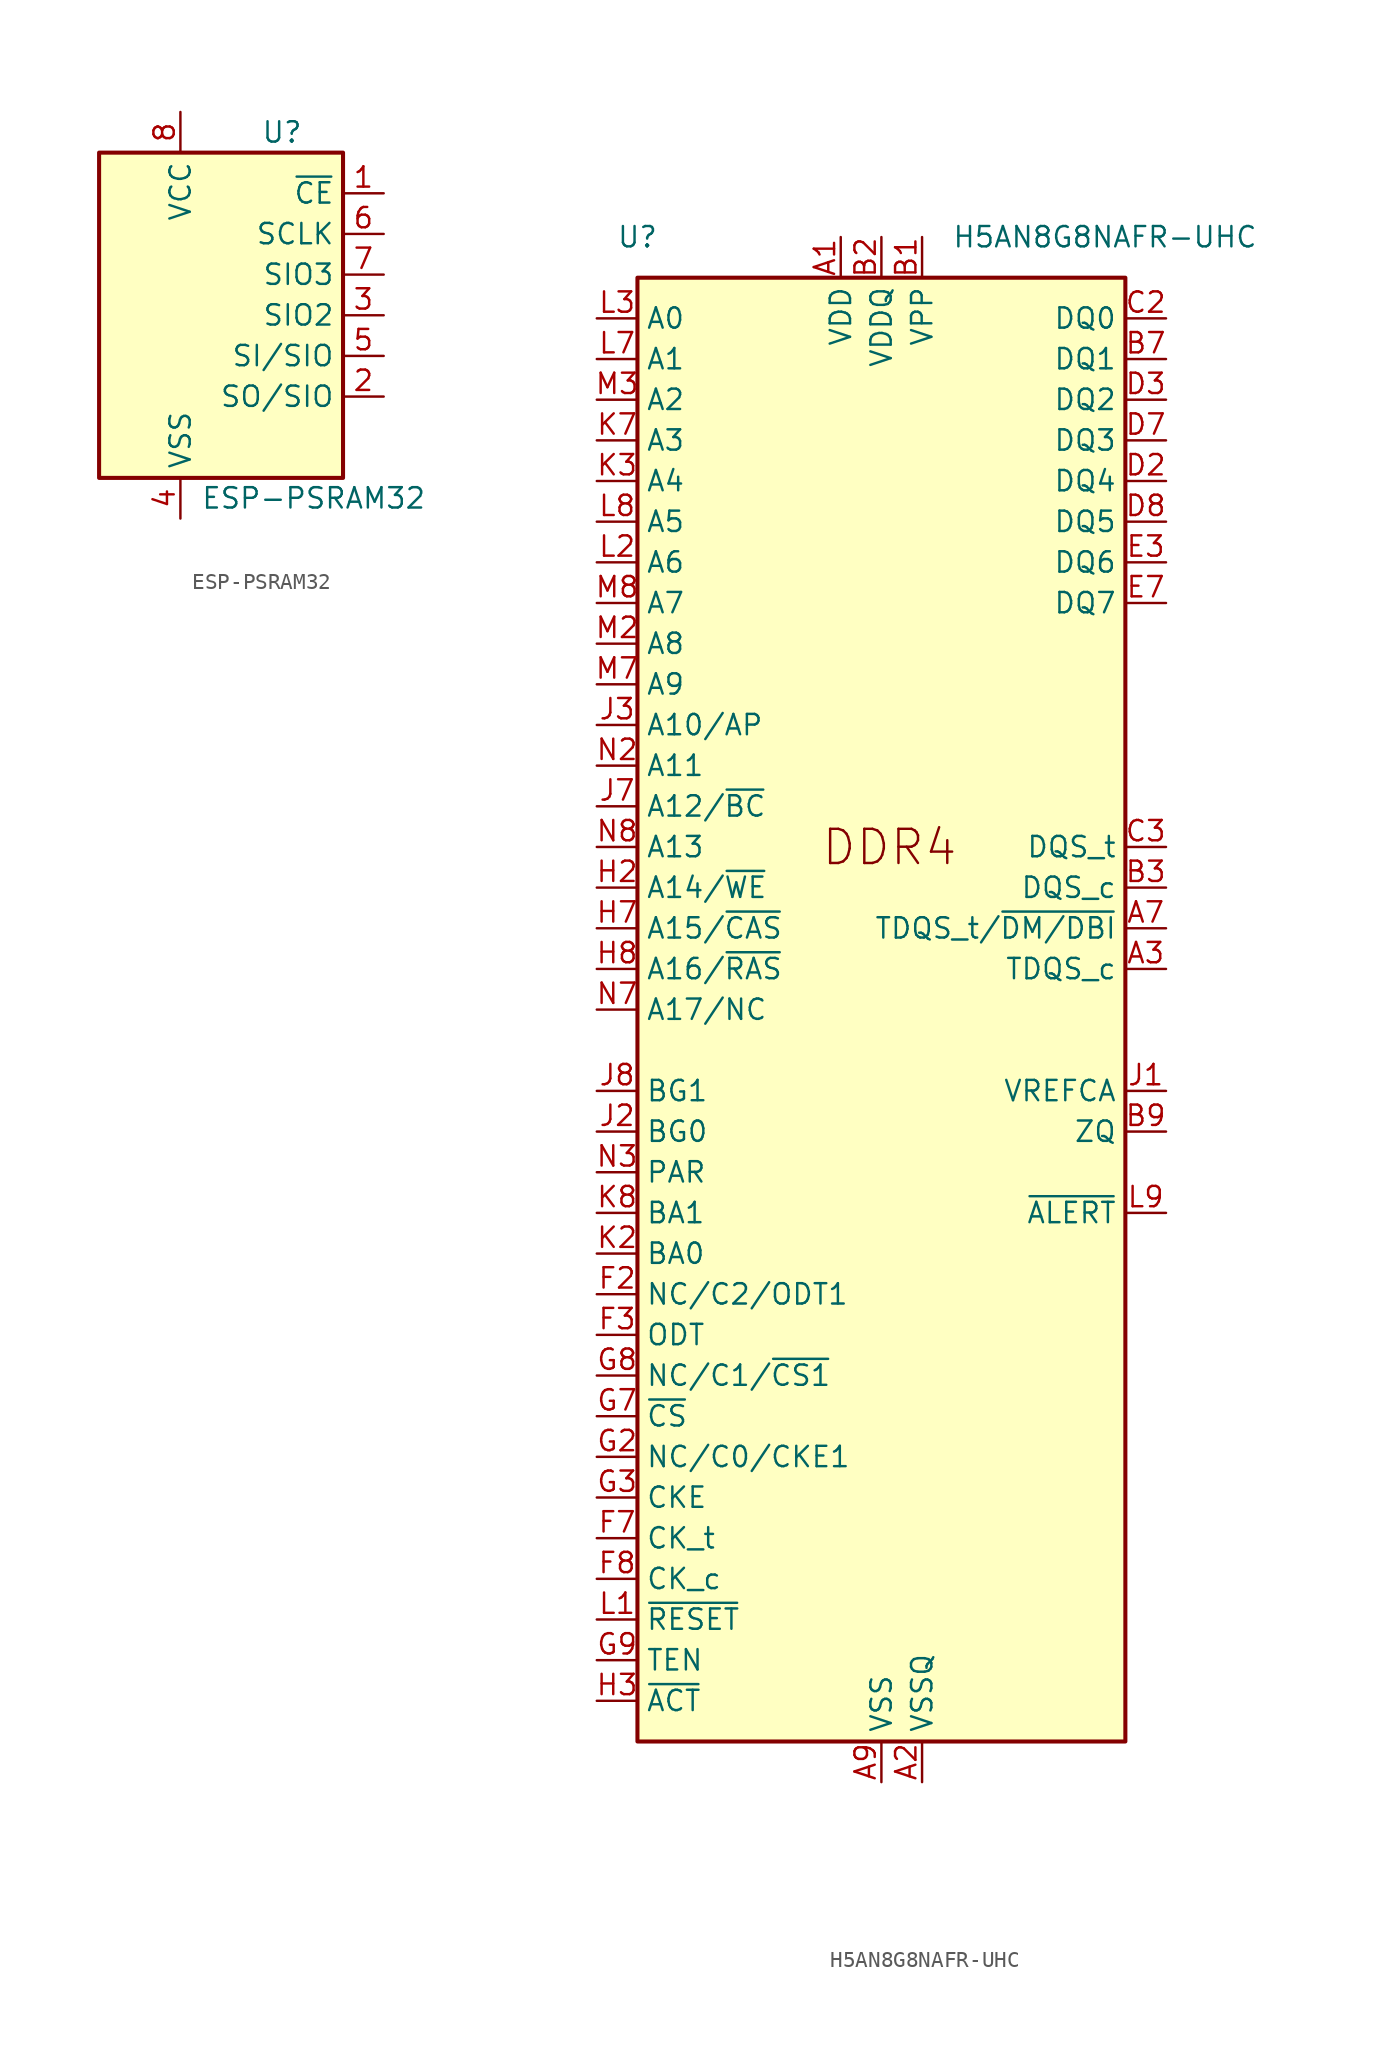
<source format=kicad_sym>
(kicad_symbol_lib
  (version 20211014)
  (generator kicad_symbol_editor)
  (symbol "ESP-PSRAM32"
    (property "Reference" "U"
      (at 3.81 11.43 0)
      (effects (font (size 1.27 1.27))))
    (property "Value" "ESP-PSRAM32"
      (at -1.27 -11.43 0)
      (effects (font (size 1.27 1.27)) (justify left)))
    (symbol "ESP-PSRAM32_0_1"
      (rectangle (start -7.62 10.16) (end 7.62 -10.16) (stroke (width 0.254) (type default) (color 0 0 0 0)) (fill (type background))))
    (symbol "ESP-PSRAM32_1_1"
      (pin input line (at 10.16 7.62 180) (length 2.54) (name "~{CE}" (effects (font (size 1.27 1.27)))) (number "1" (effects (font (size 1.27 1.27)))))
      (pin output line (at 10.16 -5.08 180) (length 2.54) (name "SO/SIO" (effects (font (size 1.27 1.27)))) (number "2" (effects (font (size 1.27 1.27)))))
      (pin bidirectional line (at 10.16 0 180) (length 2.54) (name "SIO2" (effects (font (size 1.27 1.27)))) (number "3" (effects (font (size 1.27 1.27)))))
      (pin power_in line (at -2.54 -12.7 90) (length 2.54) (name "VSS" (effects (font (size 1.27 1.27)))) (number "4" (effects (font (size 1.27 1.27)))))
      (pin input line (at 10.16 -2.54 180) (length 2.54) (name "SI/SIO" (effects (font (size 1.27 1.27)))) (number "5" (effects (font (size 1.27 1.27)))))
      (pin output line (at 10.16 5.08 180) (length 2.54) (name "SCLK" (effects (font (size 1.27 1.27)))) (number "6" (effects (font (size 1.27 1.27)))))
      (pin bidirectional line (at 10.16 2.54 180) (length 2.54) (name "SIO3" (effects (font (size 1.27 1.27)))) (number "7" (effects (font (size 1.27 1.27)))))
      (pin power_in line (at -2.54 12.7 270) (length 2.54) (name "VCC" (effects (font (size 1.27 1.27)))) (number "8" (effects (font (size 1.27 1.27)))))))
  (symbol "H5AN8G8NAFR-UHC"
    (property "Reference" "U"
      (at -15.24 48.26 0)
      (effects (font (size 1.27 1.27))))
    (property "Value" "H5AN8G8NAFR-UHC"
      (at 13.97 48.26 0)
      (effects (font (size 1.27 1.27))))
    (symbol "H5AN8G8NAFR-UHC_0_1"
      (rectangle (start -15.24 -45.72) (end 15.24 45.72) (stroke (width 0.254) (type default) (color 0 0 0 0)) (fill (type background)))
      (pin power_in line (at -2.54 48.26 270) (length 2.54) (name "VDD" (effects (font (size 1.27 1.27)))) (number "A1" (effects (font (size 1.27 1.27)))))
      (pin power_in line (at 2.54 -48.26 90) (length 2.54) (name "VSSQ" (effects (font (size 1.27 1.27)))) (number "A2" (effects (font (size 1.27 1.27)))))
      (pin output line (at 17.78 2.54 180) (length 2.54) (name "TDQS_c" (effects (font (size 1.27 1.27)))) (number "A3" (effects (font (size 1.27 1.27)))))
      (pin bidirectional line (at 17.78 5.08 180) (length 2.54) (name "TDQS_t/~{DM/DBI}" (effects (font (size 1.27 1.27)))) (number "A7" (effects (font (size 1.27 1.27)))))
      (pin passive line (at 2.54 -48.26 90) (length 2.54) hide (name "VSSQ" (effects (font (size 1.27 1.27)))) (number "A8" (effects (font (size 1.27 1.27)))))
      (pin power_in line (at 0 -48.26 90) (length 2.54) (name "VSS" (effects (font (size 1.27 1.27)))) (number "A9" (effects (font (size 1.27 1.27)))))
      (pin power_in line (at 2.54 48.26 270) (length 2.54) (name "VPP" (effects (font (size 1.27 1.27)))) (number "B1" (effects (font (size 1.27 1.27)))))
      (pin power_in line (at 0 48.26 270) (length 2.54) (name "VDDQ" (effects (font (size 1.27 1.27)))) (number "B2" (effects (font (size 1.27 1.27)))))
      (pin bidirectional line (at 17.78 7.62 180) (length 2.54) (name "DQS_c" (effects (font (size 1.27 1.27)))) (number "B3" (effects (font (size 1.27 1.27)))))
      (pin bidirectional line (at 17.78 40.64 180) (length 2.54) (name "DQ1" (effects (font (size 1.27 1.27)))) (number "B7" (effects (font (size 1.27 1.27)))))
      (pin passive line (at 0 48.26 270) (length 2.54) hide (name "VDDQ" (effects (font (size 1.27 1.27)))) (number "B8" (effects (font (size 1.27 1.27)))))
      (pin passive line (at 17.78 -7.62 180) (length 2.54) (name "ZQ" (effects (font (size 1.27 1.27)))) (number "B9" (effects (font (size 1.27 1.27)))))
      (pin passive line (at 0 48.26 270) (length 2.54) hide (name "VDDQ" (effects (font (size 1.27 1.27)))) (number "C1" (effects (font (size 1.27 1.27)))))
      (pin bidirectional line (at 17.78 43.18 180) (length 2.54) (name "DQ0" (effects (font (size 1.27 1.27)))) (number "C2" (effects (font (size 1.27 1.27)))))
      (pin bidirectional line (at 17.78 10.16 180) (length 2.54) (name "DQS_t" (effects (font (size 1.27 1.27)))) (number "C3" (effects (font (size 1.27 1.27)))))
      (pin passive line (at -2.54 48.26 270) (length 2.54) hide (name "VDD" (effects (font (size 1.27 1.27)))) (number "C7" (effects (font (size 1.27 1.27)))))
      (pin passive line (at 0 -48.26 90) (length 2.54) hide (name "VSS" (effects (font (size 1.27 1.27)))) (number "C8" (effects (font (size 1.27 1.27)))))
      (pin passive line (at 0 48.26 270) (length 2.54) hide (name "VDDQ" (effects (font (size 1.27 1.27)))) (number "C9" (effects (font (size 1.27 1.27)))))
      (pin passive line (at 2.54 -48.26 90) (length 2.54) hide (name "VSSQ" (effects (font (size 1.27 1.27)))) (number "D1" (effects (font (size 1.27 1.27)))))
      (pin bidirectional line (at 17.78 33.02 180) (length 2.54) (name "DQ4" (effects (font (size 1.27 1.27)))) (number "D2" (effects (font (size 1.27 1.27)))))
      (pin bidirectional line (at 17.78 38.1 180) (length 2.54) (name "DQ2" (effects (font (size 1.27 1.27)))) (number "D3" (effects (font (size 1.27 1.27)))))
      (pin bidirectional line (at 17.78 35.56 180) (length 2.54) (name "DQ3" (effects (font (size 1.27 1.27)))) (number "D7" (effects (font (size 1.27 1.27)))))
      (pin bidirectional line (at 17.78 30.48 180) (length 2.54) (name "DQ5" (effects (font (size 1.27 1.27)))) (number "D8" (effects (font (size 1.27 1.27)))))
      (pin passive line (at 2.54 -48.26 90) (length 2.54) hide (name "VSSQ" (effects (font (size 1.27 1.27)))) (number "D9" (effects (font (size 1.27 1.27)))))
      (pin passive line (at 0 -48.26 90) (length 2.54) hide (name "VSS" (effects (font (size 1.27 1.27)))) (number "E1" (effects (font (size 1.27 1.27)))))
      (pin passive line (at 0 48.26 270) (length 2.54) hide (name "VDDQ" (effects (font (size 1.27 1.27)))) (number "E2" (effects (font (size 1.27 1.27)))))
      (pin bidirectional line (at 17.78 27.94 180) (length 2.54) (name "DQ6" (effects (font (size 1.27 1.27)))) (number "E3" (effects (font (size 1.27 1.27)))))
      (pin bidirectional line (at 17.78 25.4 180) (length 2.54) (name "DQ7" (effects (font (size 1.27 1.27)))) (number "E7" (effects (font (size 1.27 1.27)))))
      (pin passive line (at 0 48.26 270) (length 2.54) hide (name "VDDQ" (effects (font (size 1.27 1.27)))) (number "E8" (effects (font (size 1.27 1.27)))))
      (pin passive line (at 0 -48.26 90) (length 2.54) hide (name "VSS" (effects (font (size 1.27 1.27)))) (number "E9" (effects (font (size 1.27 1.27)))))
      (pin passive line (at -2.54 48.26 270) (length 2.54) hide (name "VDD" (effects (font (size 1.27 1.27)))) (number "F1" (effects (font (size 1.27 1.27)))))
      (pin passive line (at -17.78 -17.78 0) (length 2.54) (name "NC/C2/ODT1" (effects (font (size 1.27 1.27)))) (number "F2" (effects (font (size 1.27 1.27)))))
      (pin input line (at -17.78 -20.32 0) (length 2.54) (name "ODT" (effects (font (size 1.27 1.27)))) (number "F3" (effects (font (size 1.27 1.27)))))
      (pin input line (at -17.78 -33.02 0) (length 2.54) (name "CK_t" (effects (font (size 1.27 1.27)))) (number "F7" (effects (font (size 1.27 1.27)))))
      (pin input line (at -17.78 -35.56 0) (length 2.54) (name "CK_c" (effects (font (size 1.27 1.27)))) (number "F8" (effects (font (size 1.27 1.27)))))
      (pin passive line (at -2.54 48.26 270) (length 2.54) hide (name "VDD" (effects (font (size 1.27 1.27)))) (number "F9" (effects (font (size 1.27 1.27)))))
      (pin passive line (at 0 -48.26 90) (length 2.54) hide (name "VSS" (effects (font (size 1.27 1.27)))) (number "G1" (effects (font (size 1.27 1.27)))))
      (pin passive line (at -17.78 -27.94 0) (length 2.54) (name "NC/C0/CKE1" (effects (font (size 1.27 1.27)))) (number "G2" (effects (font (size 1.27 1.27)))))
      (pin input line (at -17.78 -30.48 0) (length 2.54) (name "CKE" (effects (font (size 1.27 1.27)))) (number "G3" (effects (font (size 1.27 1.27)))))
      (pin input line (at -17.78 -25.4 0) (length 2.54) (name "~{CS}" (effects (font (size 1.27 1.27)))) (number "G7" (effects (font (size 1.27 1.27)))))
      (pin passive line (at -17.78 -22.86 0) (length 2.54) (name "NC/C1/~{CS1}" (effects (font (size 1.27 1.27)))) (number "G8" (effects (font (size 1.27 1.27)))))
      (pin input line (at -17.78 -40.64 0) (length 2.54) (name "TEN" (effects (font (size 1.27 1.27)))) (number "G9" (effects (font (size 1.27 1.27)))))
      (pin passive line (at -2.54 48.26 270) (length 2.54) hide (name "VDD" (effects (font (size 1.27 1.27)))) (number "H1" (effects (font (size 1.27 1.27)))))
      (pin input line (at -17.78 7.62 0) (length 2.54) (name "A14/~{WE}" (effects (font (size 1.27 1.27)))) (number "H2" (effects (font (size 1.27 1.27)))))
      (pin input line (at -17.78 -43.18 0) (length 2.54) (name "~{ACT}" (effects (font (size 1.27 1.27)))) (number "H3" (effects (font (size 1.27 1.27)))))
      (pin input line (at -17.78 5.08 0) (length 2.54) (name "A15/~{CAS}" (effects (font (size 1.27 1.27)))) (number "H7" (effects (font (size 1.27 1.27)))))
      (pin input line (at -17.78 2.54 0) (length 2.54) (name "A16/~{RAS}" (effects (font (size 1.27 1.27)))) (number "H8" (effects (font (size 1.27 1.27)))))
      (pin passive line (at 0 -48.26 90) (length 2.54) hide (name "VSS" (effects (font (size 1.27 1.27)))) (number "H9" (effects (font (size 1.27 1.27)))))
      (pin passive line (at 17.78 -5.08 180) (length 2.54) (name "VREFCA" (effects (font (size 1.27 1.27)))) (number "J1" (effects (font (size 1.27 1.27)))))
      (pin input line (at -17.78 -7.62 0) (length 2.54) (name "BG0" (effects (font (size 1.27 1.27)))) (number "J2" (effects (font (size 1.27 1.27)))))
      (pin input line (at -17.78 17.78 0) (length 2.54) (name "A10/AP" (effects (font (size 1.27 1.27)))) (number "J3" (effects (font (size 1.27 1.27)))))
      (pin input line (at -17.78 12.7 0) (length 2.54) (name "A12/~{BC}" (effects (font (size 1.27 1.27)))) (number "J7" (effects (font (size 1.27 1.27)))))
      (pin input line (at -17.78 -5.08 0) (length 2.54) (name "BG1" (effects (font (size 1.27 1.27)))) (number "J8" (effects (font (size 1.27 1.27)))))
      (pin passive line (at -2.54 48.26 270) (length 2.54) hide (name "VDD" (effects (font (size 1.27 1.27)))) (number "J9" (effects (font (size 1.27 1.27)))))
      (pin passive line (at 0 -48.26 90) (length 2.54) hide (name "VSS" (effects (font (size 1.27 1.27)))) (number "K1" (effects (font (size 1.27 1.27)))))
      (pin input line (at -17.78 -15.24 0) (length 2.54) (name "BA0" (effects (font (size 1.27 1.27)))) (number "K2" (effects (font (size 1.27 1.27)))))
      (pin input line (at -17.78 33.02 0) (length 2.54) (name "A4" (effects (font (size 1.27 1.27)))) (number "K3" (effects (font (size 1.27 1.27)))))
      (pin input line (at -17.78 35.56 0) (length 2.54) (name "A3" (effects (font (size 1.27 1.27)))) (number "K7" (effects (font (size 1.27 1.27)))))
      (pin input line (at -17.78 -12.7 0) (length 2.54) (name "BA1" (effects (font (size 1.27 1.27)))) (number "K8" (effects (font (size 1.27 1.27)))))
      (pin passive line (at 0 -48.26 90) (length 2.54) hide (name "VSS" (effects (font (size 1.27 1.27)))) (number "K9" (effects (font (size 1.27 1.27)))))
      (pin input line (at -17.78 -38.1 0) (length 2.54) (name "~{RESET}" (effects (font (size 1.27 1.27)))) (number "L1" (effects (font (size 1.27 1.27)))))
      (pin input line (at -17.78 27.94 0) (length 2.54) (name "A6" (effects (font (size 1.27 1.27)))) (number "L2" (effects (font (size 1.27 1.27)))))
      (pin input line (at -17.78 43.18 0) (length 2.54) (name "A0" (effects (font (size 1.27 1.27)))) (number "L3" (effects (font (size 1.27 1.27)))))
      (pin input line (at -17.78 40.64 0) (length 2.54) (name "A1" (effects (font (size 1.27 1.27)))) (number "L7" (effects (font (size 1.27 1.27)))))
      (pin input line (at -17.78 30.48 0) (length 2.54) (name "A5" (effects (font (size 1.27 1.27)))) (number "L8" (effects (font (size 1.27 1.27)))))
      (pin open_collector line (at 17.78 -12.7 180) (length 2.54) (name "~{ALERT}" (effects (font (size 1.27 1.27)))) (number "L9" (effects (font (size 1.27 1.27)))))
      (pin passive line (at -2.54 48.26 270) (length 2.54) hide (name "VDD" (effects (font (size 1.27 1.27)))) (number "M1" (effects (font (size 1.27 1.27)))))
      (pin input line (at -17.78 22.86 0) (length 2.54) (name "A8" (effects (font (size 1.27 1.27)))) (number "M2" (effects (font (size 1.27 1.27)))))
      (pin input line (at -17.78 38.1 0) (length 2.54) (name "A2" (effects (font (size 1.27 1.27)))) (number "M3" (effects (font (size 1.27 1.27)))))
      (pin input line (at -17.78 20.32 0) (length 2.54) (name "A9" (effects (font (size 1.27 1.27)))) (number "M7" (effects (font (size 1.27 1.27)))))
      (pin input line (at -17.78 25.4 0) (length 2.54) (name "A7" (effects (font (size 1.27 1.27)))) (number "M8" (effects (font (size 1.27 1.27)))))
      (pin passive line (at 2.54 48.26 270) (length 2.54) hide (name "VPP" (effects (font (size 1.27 1.27)))) (number "M9" (effects (font (size 1.27 1.27)))))
      (pin passive line (at 0 -48.26 90) (length 2.54) hide (name "VSS" (effects (font (size 1.27 1.27)))) (number "N1" (effects (font (size 1.27 1.27)))))
      (pin input line (at -17.78 15.24 0) (length 2.54) (name "A11" (effects (font (size 1.27 1.27)))) (number "N2" (effects (font (size 1.27 1.27)))))
      (pin input line (at -17.78 -10.16 0) (length 2.54) (name "PAR" (effects (font (size 1.27 1.27)))) (number "N3" (effects (font (size 1.27 1.27)))))
      (pin passive line (at -17.78 0 0) (length 2.54) (name "A17/NC" (effects (font (size 1.27 1.27)))) (number "N7" (effects (font (size 1.27 1.27)))))
      (pin input line (at -17.78 10.16 0) (length 2.54) (name "A13" (effects (font (size 1.27 1.27)))) (number "N8" (effects (font (size 1.27 1.27)))))
      (pin passive line (at -2.54 48.26 270) (length 2.54) hide (name "VDD" (effects (font (size 1.27 1.27)))) (number "N9" (effects (font (size 1.27 1.27))))))
    (symbol "H5AN8G8NAFR-UHC_1_1"
      (text "DDR4" (at -3.81 8.89 0) (effects (font (size 2.134 2.134)) (justify left bottom))))))
</source>
